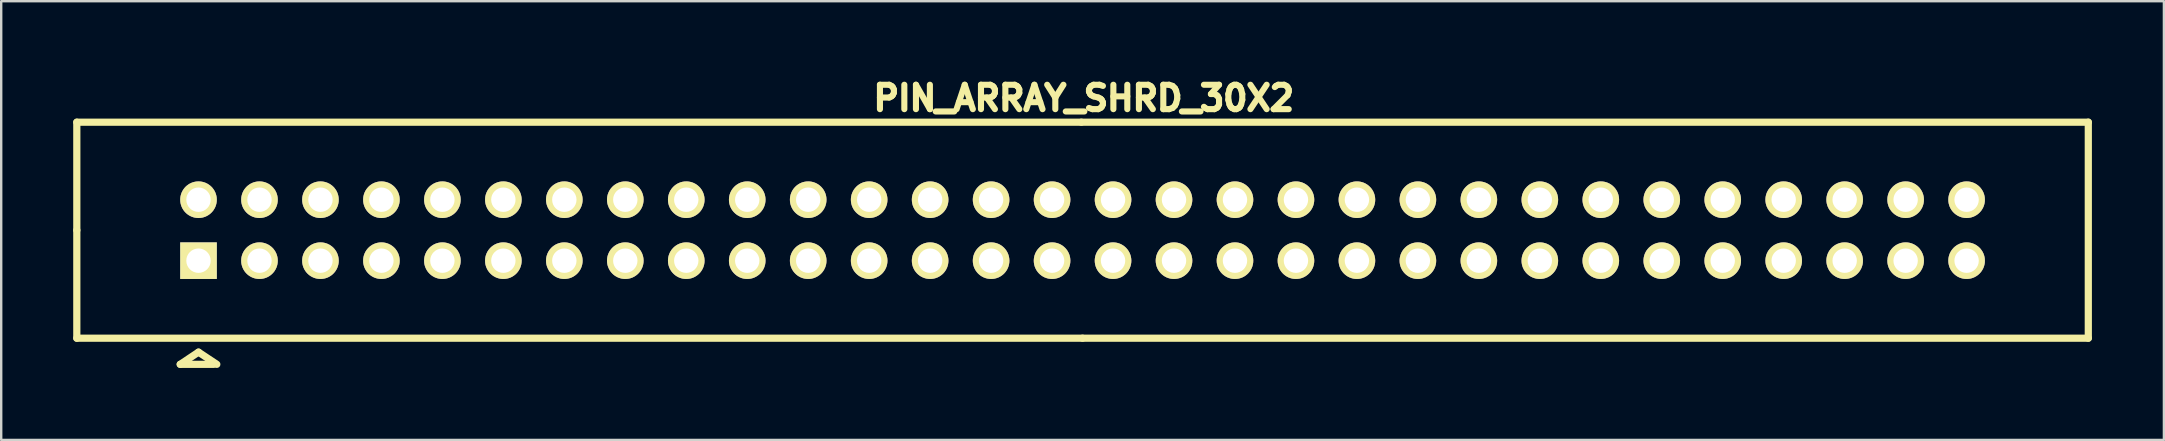
<source format=kicad_pcb>
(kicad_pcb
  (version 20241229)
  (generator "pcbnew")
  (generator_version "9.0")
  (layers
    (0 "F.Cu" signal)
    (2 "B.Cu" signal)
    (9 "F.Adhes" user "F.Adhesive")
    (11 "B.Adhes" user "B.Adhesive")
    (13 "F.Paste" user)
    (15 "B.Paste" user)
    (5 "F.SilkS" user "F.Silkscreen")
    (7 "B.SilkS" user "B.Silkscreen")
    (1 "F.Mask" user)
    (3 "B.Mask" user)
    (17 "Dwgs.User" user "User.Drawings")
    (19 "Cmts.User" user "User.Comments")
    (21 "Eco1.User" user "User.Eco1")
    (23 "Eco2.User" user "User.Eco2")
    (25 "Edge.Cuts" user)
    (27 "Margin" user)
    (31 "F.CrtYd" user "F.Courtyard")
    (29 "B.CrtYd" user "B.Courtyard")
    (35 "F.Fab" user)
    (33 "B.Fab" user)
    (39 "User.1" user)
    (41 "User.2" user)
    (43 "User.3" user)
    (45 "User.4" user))
  (footprint "PIN_ARRAY_SHRD_30X2"
    (layer "F.Cu")
    (at 42.05 6.54)
    (property "Reference" "PIN_ARRAY_SHRD_30X2" (at 0.05 -5.5 0) (layer "F.SilkS") (effects (font (size 1.016 1.016) (thickness 0.274))))
    (attr through_hole)
    (fp_line (start -41.9 -4.5) (end -0.05 -4.5) (stroke (width 0.3) (type solid)) (layer "F.SilkS"))
    (fp_line (start -41.9 0) (end -41.9 -4.5) (stroke (width 0.3) (type solid)) (layer "F.SilkS"))
    (fp_line (start -41.9 0) (end -41.9 4.5) (stroke (width 0.3) (type solid)) (layer "F.SilkS"))
    (fp_line (start -41.9 4.5) (end 0 4.5) (stroke (width 0.3) (type solid)) (layer "F.SilkS"))
    (fp_line (start -36.83 5.08) (end -37.592 5.588) (stroke (width 0.3) (type solid)) (layer "F.SilkS"))
    (fp_line (start -36.83 5.08) (end -36.068 5.588) (stroke (width 0.3) (type solid)) (layer "F.SilkS"))
    (fp_line (start -36.195 5.588) (end -37.592 5.588) (stroke (width 0.3) (type solid)) (layer "F.SilkS"))
    (fp_line (start 0 4.5) (end 41.9 4.5) (stroke (width 0.3) (type solid)) (layer "F.SilkS"))
    (fp_line (start 41.9 -4.5) (end -0.05 -4.5) (stroke (width 0.3) (type solid)) (layer "F.SilkS"))
    (fp_line (start 41.9 4.5) (end 41.9 -4.5) (stroke (width 0.3) (type solid)) (layer "F.SilkS"))
    (pad "1" thru_hole rect (at -36.83 1.27) (size 1.524 1.524) (drill 1.016) (layers "*.Cu" "*.Mask" "F.SilkS"))
    (pad "2" thru_hole circle (at -36.83 -1.27) (size 1.524 1.524) (drill 1.016) (layers "*.Cu" "*.Mask" "F.SilkS"))
    (pad "3" thru_hole circle (at -34.29 1.27) (size 1.524 1.524) (drill 1.016) (layers "*.Cu" "*.Mask" "F.SilkS"))
    (pad "4" thru_hole circle (at -34.29 -1.27) (size 1.524 1.524) (drill 1.016) (layers "*.Cu" "*.Mask" "F.SilkS"))
    (pad "5" thru_hole circle (at -31.75 1.27) (size 1.524 1.524) (drill 1.016) (layers "*.Cu" "*.Mask" "F.SilkS"))
    (pad "6" thru_hole circle (at -31.75 -1.27) (size 1.524 1.524) (drill 1.016) (layers "*.Cu" "*.Mask" "F.SilkS"))
    (pad "7" thru_hole circle (at -29.21 1.27) (size 1.524 1.524) (drill 1.016) (layers "*.Cu" "*.Mask" "F.SilkS"))
    (pad "8" thru_hole circle (at -29.21 -1.27) (size 1.524 1.524) (drill 1.016) (layers "*.Cu" "*.Mask" "F.SilkS"))
    (pad "9" thru_hole circle (at -26.67 1.27) (size 1.524 1.524) (drill 1.016) (layers "*.Cu" "*.Mask" "F.SilkS"))
    (pad "10" thru_hole circle (at -26.67 -1.27) (size 1.524 1.524) (drill 1.016) (layers "*.Cu" "*.Mask" "F.SilkS"))
    (pad "11" thru_hole circle (at -24.13 1.27) (size 1.524 1.524) (drill 1.016) (layers "*.Cu" "*.Mask" "F.SilkS"))
    (pad "12" thru_hole circle (at -24.13 -1.27) (size 1.524 1.524) (drill 1.016) (layers "*.Cu" "*.Mask" "F.SilkS"))
    (pad "13" thru_hole circle (at -21.59 1.27) (size 1.524 1.524) (drill 1.016) (layers "*.Cu" "*.Mask" "F.SilkS"))
    (pad "14" thru_hole circle (at -21.59 -1.27) (size 1.524 1.524) (drill 1.016) (layers "*.Cu" "*.Mask" "F.SilkS"))
    (pad "15" thru_hole circle (at -19.05 1.27) (size 1.524 1.524) (drill 1.016) (layers "*.Cu" "*.Mask" "F.SilkS"))
    (pad "16" thru_hole circle (at -19.05 -1.27) (size 1.524 1.524) (drill 1.016) (layers "*.Cu" "*.Mask" "F.SilkS"))
    (pad "17" thru_hole circle (at -16.51 1.27) (size 1.524 1.524) (drill 1.016) (layers "*.Cu" "*.Mask" "F.SilkS"))
    (pad "18" thru_hole circle (at -16.51 -1.27) (size 1.524 1.524) (drill 1.016) (layers "*.Cu" "*.Mask" "F.SilkS"))
    (pad "19" thru_hole circle (at -13.97 1.27) (size 1.524 1.524) (drill 1.016) (layers "*.Cu" "*.Mask" "F.SilkS"))
    (pad "20" thru_hole circle (at -13.97 -1.27) (size 1.524 1.524) (drill 1.016) (layers "*.Cu" "*.Mask" "F.SilkS"))
    (pad "21" thru_hole circle (at -11.43 1.27) (size 1.524 1.524) (drill 1.016) (layers "*.Cu" "*.Mask" "F.SilkS"))
    (pad "22" thru_hole circle (at -11.43 -1.27) (size 1.524 1.524) (drill 1.016) (layers "*.Cu" "*.Mask" "F.SilkS"))
    (pad "23" thru_hole circle (at -8.89 1.27) (size 1.524 1.524) (drill 1.016) (layers "*.Cu" "*.Mask" "F.SilkS"))
    (pad "24" thru_hole circle (at -8.89 -1.27) (size 1.524 1.524) (drill 1.016) (layers "*.Cu" "*.Mask" "F.SilkS"))
    (pad "25" thru_hole circle (at -6.35 1.27) (size 1.524 1.524) (drill 1.016) (layers "*.Cu" "*.Mask" "F.SilkS"))
    (pad "26" thru_hole circle (at -6.35 -1.27) (size 1.524 1.524) (drill 1.016) (layers "*.Cu" "*.Mask" "F.SilkS"))
    (pad "27" thru_hole circle (at -3.81 1.27) (size 1.524 1.524) (drill 1.016) (layers "*.Cu" "*.Mask" "F.SilkS"))
    (pad "28" thru_hole circle (at -3.81 -1.27) (size 1.524 1.524) (drill 1.016) (layers "*.Cu" "*.Mask" "F.SilkS"))
    (pad "29" thru_hole circle (at -1.27 1.27) (size 1.524 1.524) (drill 1.016) (layers "*.Cu" "*.Mask" "F.SilkS"))
    (pad "30" thru_hole circle (at -1.27 -1.27) (size 1.524 1.524) (drill 1.016) (layers "*.Cu" "*.Mask" "F.SilkS"))
    (pad "31" thru_hole circle (at 1.27 1.27) (size 1.524 1.524) (drill 1.016) (layers "*.Cu" "*.Mask" "F.SilkS"))
    (pad "32" thru_hole circle (at 1.27 -1.27) (size 1.524 1.524) (drill 1.016) (layers "*.Cu" "*.Mask" "F.SilkS"))
    (pad "33" thru_hole circle (at 3.81 1.27) (size 1.524 1.524) (drill 1.016) (layers "*.Cu" "*.Mask" "F.SilkS"))
    (pad "34" thru_hole circle (at 3.81 -1.27) (size 1.524 1.524) (drill 1.016) (layers "*.Cu" "*.Mask" "F.SilkS"))
    (pad "35" thru_hole circle (at 6.35 1.27) (size 1.524 1.524) (drill 1.016) (layers "*.Cu" "*.Mask" "F.SilkS"))
    (pad "36" thru_hole circle (at 6.35 -1.27) (size 1.524 1.524) (drill 1.016) (layers "*.Cu" "*.Mask" "F.SilkS"))
    (pad "37" thru_hole circle (at 8.89 1.27) (size 1.524 1.524) (drill 1.016) (layers "*.Cu" "*.Mask" "F.SilkS"))
    (pad "38" thru_hole circle (at 8.89 -1.27) (size 1.524 1.524) (drill 1.016) (layers "*.Cu" "*.Mask" "F.SilkS"))
    (pad "39" thru_hole circle (at 11.43 1.27) (size 1.524 1.524) (drill 1.016) (layers "*.Cu" "*.Mask" "F.SilkS"))
    (pad "40" thru_hole circle (at 11.43 -1.27) (size 1.524 1.524) (drill 1.016) (layers "*.Cu" "*.Mask" "F.SilkS"))
    (pad "41" thru_hole circle (at 13.97 1.27) (size 1.524 1.524) (drill 1.016) (layers "*.Cu" "*.Mask" "F.SilkS"))
    (pad "42" thru_hole circle (at 13.97 -1.27) (size 1.524 1.524) (drill 1.016) (layers "*.Cu" "*.Mask" "F.SilkS"))
    (pad "43" thru_hole circle (at 16.51 1.27) (size 1.524 1.524) (drill 1.016) (layers "*.Cu" "*.Mask" "F.SilkS"))
    (pad "44" thru_hole circle (at 16.51 -1.27) (size 1.524 1.524) (drill 1.016) (layers "*.Cu" "*.Mask" "F.SilkS"))
    (pad "45" thru_hole circle (at 19.05 1.27) (size 1.524 1.524) (drill 1.016) (layers "*.Cu" "*.Mask" "F.SilkS"))
    (pad "46" thru_hole circle (at 19.05 -1.27) (size 1.524 1.524) (drill 1.016) (layers "*.Cu" "*.Mask" "F.SilkS"))
    (pad "47" thru_hole circle (at 21.59 1.27) (size 1.524 1.524) (drill 1.016) (layers "*.Cu" "*.Mask" "F.SilkS"))
    (pad "48" thru_hole circle (at 21.59 -1.27) (size 1.524 1.524) (drill 1.016) (layers "*.Cu" "*.Mask" "F.SilkS"))
    (pad "49" thru_hole circle (at 24.13 1.27) (size 1.524 1.524) (drill 1.016) (layers "*.Cu" "*.Mask" "F.SilkS"))
    (pad "50" thru_hole circle (at 24.13 -1.27) (size 1.524 1.524) (drill 1.016) (layers "*.Cu" "*.Mask" "F.SilkS"))
    (pad "51" thru_hole circle (at 26.67 1.27) (size 1.524 1.524) (drill 1.016) (layers "*.Cu" "*.Mask" "F.SilkS"))
    (pad "52" thru_hole circle (at 26.67 -1.27) (size 1.524 1.524) (drill 1.016) (layers "*.Cu" "*.Mask" "F.SilkS"))
    (pad "53" thru_hole circle (at 29.21 1.27) (size 1.524 1.524) (drill 1.016) (layers "*.Cu" "*.Mask" "F.SilkS"))
    (pad "54" thru_hole circle (at 29.21 -1.27) (size 1.524 1.524) (drill 1.016) (layers "*.Cu" "*.Mask" "F.SilkS"))
    (pad "55" thru_hole circle (at 31.75 1.27) (size 1.524 1.524) (drill 1.016) (layers "*.Cu" "*.Mask" "F.SilkS"))
    (pad "56" thru_hole circle (at 31.75 -1.27) (size 1.524 1.524) (drill 1.016) (layers "*.Cu" "*.Mask" "F.SilkS"))
    (pad "57" thru_hole circle (at 34.29 1.27) (size 1.524 1.524) (drill 1.016) (layers "*.Cu" "*.Mask" "F.SilkS"))
    (pad "58" thru_hole circle (at 34.29 -1.27) (size 1.524 1.524) (drill 1.016) (layers "*.Cu" "*.Mask" "F.SilkS"))
    (pad "59" thru_hole circle (at 36.83 1.27) (size 1.524 1.524) (drill 1.016) (layers "*.Cu" "*.Mask" "F.SilkS"))
    (pad "60" thru_hole circle (at 36.83 -1.27) (size 1.524 1.524) (drill 1.016) (layers "*.Cu" "*.Mask" "F.SilkS")))
  (gr_rect
    (start -3 -3)
    (end 87.1 15.278)
    (stroke (width 0.1) (type default))
    (fill no)
    (layer "Edge.Cuts")))
</source>
